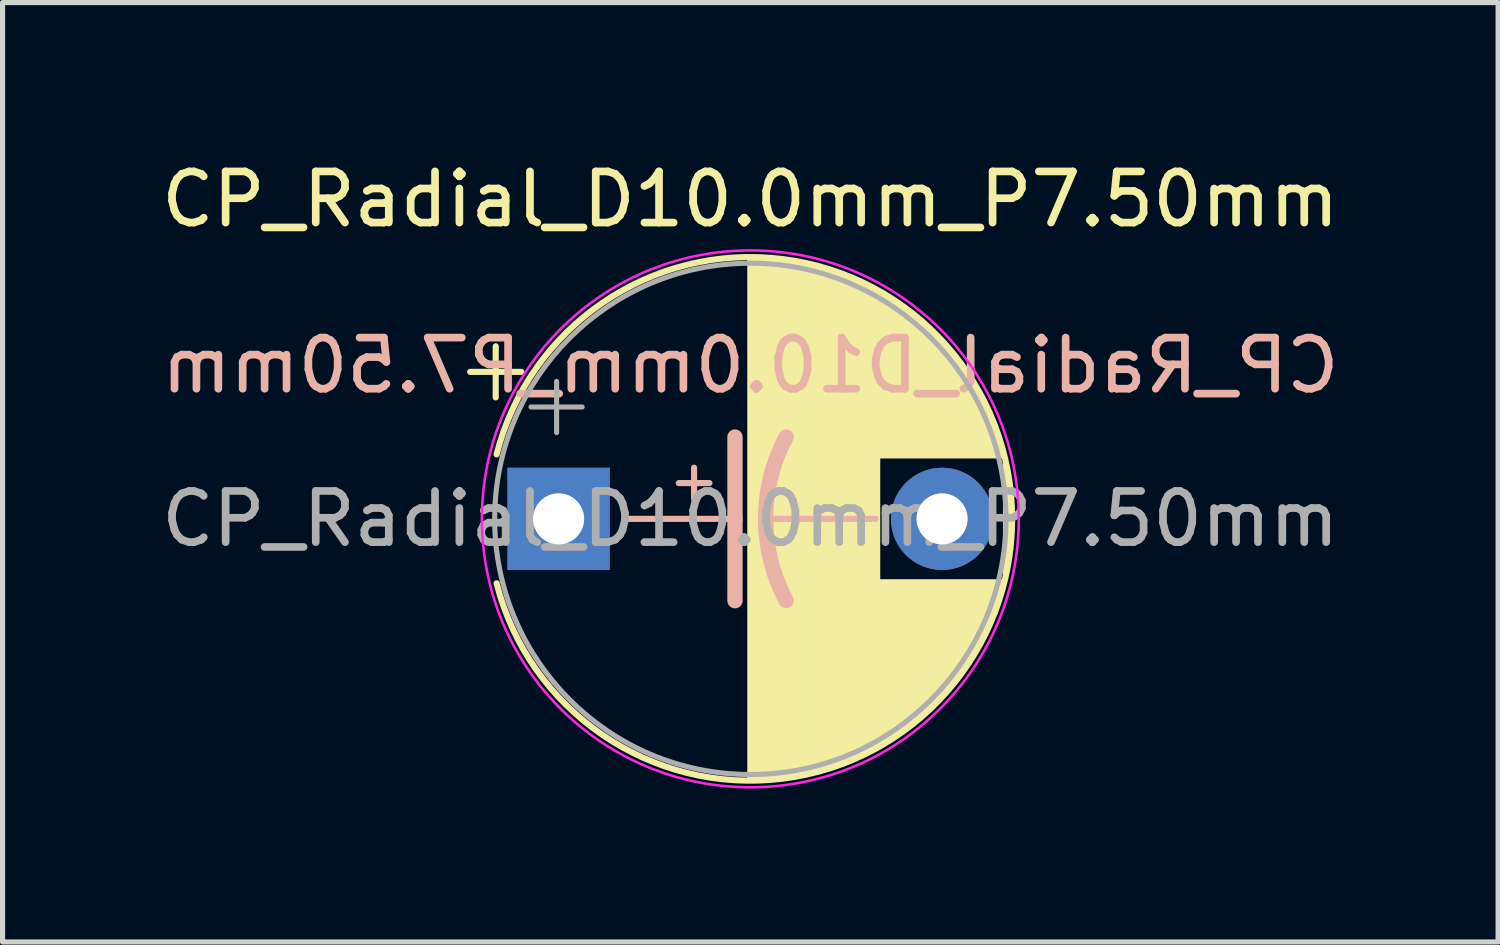
<source format=kicad_pcb>
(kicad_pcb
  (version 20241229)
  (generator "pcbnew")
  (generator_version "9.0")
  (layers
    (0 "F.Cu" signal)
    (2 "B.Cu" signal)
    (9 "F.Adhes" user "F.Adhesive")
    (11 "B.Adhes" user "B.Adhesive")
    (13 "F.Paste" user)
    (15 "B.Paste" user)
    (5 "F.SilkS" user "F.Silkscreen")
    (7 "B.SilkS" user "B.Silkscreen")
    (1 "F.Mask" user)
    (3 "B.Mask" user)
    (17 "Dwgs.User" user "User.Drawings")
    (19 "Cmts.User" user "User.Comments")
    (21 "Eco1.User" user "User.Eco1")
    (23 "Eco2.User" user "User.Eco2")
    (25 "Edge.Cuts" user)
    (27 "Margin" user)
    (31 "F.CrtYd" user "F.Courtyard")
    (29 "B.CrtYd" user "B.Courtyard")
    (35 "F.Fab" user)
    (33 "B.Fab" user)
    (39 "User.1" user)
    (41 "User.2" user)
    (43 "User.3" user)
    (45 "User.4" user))
  (footprint "CP_Radial_D10.0mm_P7.50mm"
    (layer "F.Cu")
    (at 7.875 7.098)
    (property "Reference" "CP_Radial_D10.0mm_P7.50mm" (at 3.75 -6.25 0) (layer "F.SilkS") (effects (font (size 1 1) (thickness 0.15))))
    (fp_line (start -1.73 -2.875) (end -0.73 -2.875) (stroke (width 0.12) (type solid)) (layer "F.SilkS"))
    (fp_line (start -1.23 -3.375) (end -1.23 -2.375) (stroke (width 0.12) (type solid)) (layer "F.SilkS"))
    (fp_line (start 3.75 -5.08) (end 3.75 5.08) (stroke (width 0.12) (type solid)) (layer "F.SilkS"))
    (fp_line (start 3.79 -5.08) (end 3.79 5.08) (stroke (width 0.12) (type solid)) (layer "F.SilkS"))
    (fp_line (start 3.83 -5.08) (end 3.83 5.08) (stroke (width 0.12) (type solid)) (layer "F.SilkS"))
    (fp_line (start 3.87 -5.079) (end 3.87 5.079) (stroke (width 0.12) (type solid)) (layer "F.SilkS"))
    (fp_line (start 3.91 -5.078) (end 3.91 5.078) (stroke (width 0.12) (type solid)) (layer "F.SilkS"))
    (fp_line (start 3.95 -5.077) (end 3.95 5.077) (stroke (width 0.12) (type solid)) (layer "F.SilkS"))
    (fp_line (start 3.99 -5.075) (end 3.99 5.075) (stroke (width 0.12) (type solid)) (layer "F.SilkS"))
    (fp_line (start 4.03 -5.073) (end 4.03 5.073) (stroke (width 0.12) (type solid)) (layer "F.SilkS"))
    (fp_line (start 4.07 -5.07) (end 4.07 5.07) (stroke (width 0.12) (type solid)) (layer "F.SilkS"))
    (fp_line (start 4.11 -5.068) (end 4.11 5.068) (stroke (width 0.12) (type solid)) (layer "F.SilkS"))
    (fp_line (start 4.15 -5.065) (end 4.15 5.065) (stroke (width 0.12) (type solid)) (layer "F.SilkS"))
    (fp_line (start 4.19 -5.062) (end 4.19 5.062) (stroke (width 0.12) (type solid)) (layer "F.SilkS"))
    (fp_line (start 4.23 -5.058) (end 4.23 5.058) (stroke (width 0.12) (type solid)) (layer "F.SilkS"))
    (fp_line (start 4.27 -5.054) (end 4.27 5.054) (stroke (width 0.12) (type solid)) (layer "F.SilkS"))
    (fp_line (start 4.31 -5.05) (end 4.31 5.05) (stroke (width 0.12) (type solid)) (layer "F.SilkS"))
    (fp_line (start 4.35 -5.045) (end 4.35 5.045) (stroke (width 0.12) (type solid)) (layer "F.SilkS"))
    (fp_line (start 4.39 -5.04) (end 4.39 5.04) (stroke (width 0.12) (type solid)) (layer "F.SilkS"))
    (fp_line (start 4.43 -5.035) (end 4.43 5.035) (stroke (width 0.12) (type solid)) (layer "F.SilkS"))
    (fp_line (start 4.471 -5.03) (end 4.471 5.03) (stroke (width 0.12) (type solid)) (layer "F.SilkS"))
    (fp_line (start 4.511 -5.024) (end 4.511 5.024) (stroke (width 0.12) (type solid)) (layer "F.SilkS"))
    (fp_line (start 4.551 -5.018) (end 4.551 5.018) (stroke (width 0.12) (type solid)) (layer "F.SilkS"))
    (fp_line (start 4.591 -5.011) (end 4.591 5.011) (stroke (width 0.12) (type solid)) (layer "F.SilkS"))
    (fp_line (start 4.631 -5.004) (end 4.631 5.004) (stroke (width 0.12) (type solid)) (layer "F.SilkS"))
    (fp_line (start 4.671 -4.997) (end 4.671 4.997) (stroke (width 0.12) (type solid)) (layer "F.SilkS"))
    (fp_line (start 4.711 -4.99) (end 4.711 4.99) (stroke (width 0.12) (type solid)) (layer "F.SilkS"))
    (fp_line (start 4.751 -4.982) (end 4.751 4.982) (stroke (width 0.12) (type solid)) (layer "F.SilkS"))
    (fp_line (start 4.791 -4.974) (end 4.791 4.974) (stroke (width 0.12) (type solid)) (layer "F.SilkS"))
    (fp_line (start 4.831 -4.965) (end 4.831 4.965) (stroke (width 0.12) (type solid)) (layer "F.SilkS"))
    (fp_line (start 4.871 -4.956) (end 4.871 4.956) (stroke (width 0.12) (type solid)) (layer "F.SilkS"))
    (fp_line (start 4.911 -4.947) (end 4.911 4.947) (stroke (width 0.12) (type solid)) (layer "F.SilkS"))
    (fp_line (start 4.951 -4.938) (end 4.951 4.938) (stroke (width 0.12) (type solid)) (layer "F.SilkS"))
    (fp_line (start 4.991 -4.928) (end 4.991 4.928) (stroke (width 0.12) (type solid)) (layer "F.SilkS"))
    (fp_line (start 5.031 -4.918) (end 5.031 4.918) (stroke (width 0.12) (type solid)) (layer "F.SilkS"))
    (fp_line (start 5.071 -4.907) (end 5.071 4.907) (stroke (width 0.12) (type solid)) (layer "F.SilkS"))
    (fp_line (start 5.111 -4.897) (end 5.111 4.897) (stroke (width 0.12) (type solid)) (layer "F.SilkS"))
    (fp_line (start 5.151 -4.885) (end 5.151 4.885) (stroke (width 0.12) (type solid)) (layer "F.SilkS"))
    (fp_line (start 5.191 -4.874) (end 5.191 4.874) (stroke (width 0.12) (type solid)) (layer "F.SilkS"))
    (fp_line (start 5.231 -4.862) (end 5.231 4.862) (stroke (width 0.12) (type solid)) (layer "F.SilkS"))
    (fp_line (start 5.271 -4.85) (end 5.271 4.85) (stroke (width 0.12) (type solid)) (layer "F.SilkS"))
    (fp_line (start 5.311 -4.837) (end 5.311 4.837) (stroke (width 0.12) (type solid)) (layer "F.SilkS"))
    (fp_line (start 5.351 -4.824) (end 5.351 4.824) (stroke (width 0.12) (type solid)) (layer "F.SilkS"))
    (fp_line (start 5.391 -4.811) (end 5.391 4.811) (stroke (width 0.12) (type solid)) (layer "F.SilkS"))
    (fp_line (start 5.431 -4.797) (end 5.431 4.797) (stroke (width 0.12) (type solid)) (layer "F.SilkS"))
    (fp_line (start 5.471 -4.783) (end 5.471 4.783) (stroke (width 0.12) (type solid)) (layer "F.SilkS"))
    (fp_line (start 5.511 -4.768) (end 5.511 4.768) (stroke (width 0.12) (type solid)) (layer "F.SilkS"))
    (fp_line (start 5.551 -4.754) (end 5.551 4.754) (stroke (width 0.12) (type solid)) (layer "F.SilkS"))
    (fp_line (start 5.591 -4.738) (end 5.591 4.738) (stroke (width 0.12) (type solid)) (layer "F.SilkS"))
    (fp_line (start 5.631 -4.723) (end 5.631 4.723) (stroke (width 0.12) (type solid)) (layer "F.SilkS"))
    (fp_line (start 5.671 -4.707) (end 5.671 4.707) (stroke (width 0.12) (type solid)) (layer "F.SilkS"))
    (fp_line (start 5.711 -4.69) (end 5.711 4.69) (stroke (width 0.12) (type solid)) (layer "F.SilkS"))
    (fp_line (start 5.751 -4.674) (end 5.751 4.674) (stroke (width 0.12) (type solid)) (layer "F.SilkS"))
    (fp_line (start 5.791 -4.657) (end 5.791 4.657) (stroke (width 0.12) (type solid)) (layer "F.SilkS"))
    (fp_line (start 5.831 -4.639) (end 5.831 4.639) (stroke (width 0.12) (type solid)) (layer "F.SilkS"))
    (fp_line (start 5.871 -4.621) (end 5.871 4.621) (stroke (width 0.12) (type solid)) (layer "F.SilkS"))
    (fp_line (start 5.911 -4.603) (end 5.911 4.603) (stroke (width 0.12) (type solid)) (layer "F.SilkS"))
    (fp_line (start 5.951 -4.584) (end 5.951 4.584) (stroke (width 0.12) (type solid)) (layer "F.SilkS"))
    (fp_line (start 5.991 -4.564) (end 5.991 4.564) (stroke (width 0.12) (type solid)) (layer "F.SilkS"))
    (fp_line (start 6.031 -4.545) (end 6.031 4.545) (stroke (width 0.12) (type solid)) (layer "F.SilkS"))
    (fp_line (start 6.071 -4.525) (end 6.071 4.525) (stroke (width 0.12) (type solid)) (layer "F.SilkS"))
    (fp_line (start 6.111 -4.504) (end 6.111 4.504) (stroke (width 0.12) (type solid)) (layer "F.SilkS"))
    (fp_line (start 6.151 -4.483) (end 6.151 4.483) (stroke (width 0.12) (type solid)) (layer "F.SilkS"))
    (fp_line (start 6.191 -4.462) (end 6.191 4.462) (stroke (width 0.12) (type solid)) (layer "F.SilkS"))
    (fp_line (start 6.231 -4.44) (end 6.231 4.44) (stroke (width 0.12) (type solid)) (layer "F.SilkS"))
    (fp_line (start 6.271 -4.417) (end 6.271 -1.241) (stroke (width 0.12) (type solid)) (layer "F.SilkS"))
    (fp_line (start 6.271 1.241) (end 6.271 4.417) (stroke (width 0.12) (type solid)) (layer "F.SilkS"))
    (fp_line (start 6.311 -4.395) (end 6.311 -1.241) (stroke (width 0.12) (type solid)) (layer "F.SilkS"))
    (fp_line (start 6.311 1.241) (end 6.311 4.395) (stroke (width 0.12) (type solid)) (layer "F.SilkS"))
    (fp_line (start 6.351 -4.371) (end 6.351 -1.241) (stroke (width 0.12) (type solid)) (layer "F.SilkS"))
    (fp_line (start 6.351 1.241) (end 6.351 4.371) (stroke (width 0.12) (type solid)) (layer "F.SilkS"))
    (fp_line (start 6.391 -4.347) (end 6.391 -1.241) (stroke (width 0.12) (type solid)) (layer "F.SilkS"))
    (fp_line (start 6.391 1.241) (end 6.391 4.347) (stroke (width 0.12) (type solid)) (layer "F.SilkS"))
    (fp_line (start 6.431 -4.323) (end 6.431 -1.241) (stroke (width 0.12) (type solid)) (layer "F.SilkS"))
    (fp_line (start 6.431 1.241) (end 6.431 4.323) (stroke (width 0.12) (type solid)) (layer "F.SilkS"))
    (fp_line (start 6.471 -4.298) (end 6.471 -1.241) (stroke (width 0.12) (type solid)) (layer "F.SilkS"))
    (fp_line (start 6.471 1.241) (end 6.471 4.298) (stroke (width 0.12) (type solid)) (layer "F.SilkS"))
    (fp_line (start 6.511 -4.273) (end 6.511 -1.241) (stroke (width 0.12) (type solid)) (layer "F.SilkS"))
    (fp_line (start 6.511 1.241) (end 6.511 4.273) (stroke (width 0.12) (type solid)) (layer "F.SilkS"))
    (fp_line (start 6.551 -4.247) (end 6.551 -1.241) (stroke (width 0.12) (type solid)) (layer "F.SilkS"))
    (fp_line (start 6.551 1.241) (end 6.551 4.247) (stroke (width 0.12) (type solid)) (layer "F.SilkS"))
    (fp_line (start 6.591 -4.221) (end 6.591 -1.241) (stroke (width 0.12) (type solid)) (layer "F.SilkS"))
    (fp_line (start 6.591 1.241) (end 6.591 4.221) (stroke (width 0.12) (type solid)) (layer "F.SilkS"))
    (fp_line (start 6.631 -4.194) (end 6.631 -1.241) (stroke (width 0.12) (type solid)) (layer "F.SilkS"))
    (fp_line (start 6.631 1.241) (end 6.631 4.194) (stroke (width 0.12) (type solid)) (layer "F.SilkS"))
    (fp_line (start 6.671 -4.166) (end 6.671 -1.241) (stroke (width 0.12) (type solid)) (layer "F.SilkS"))
    (fp_line (start 6.671 1.241) (end 6.671 4.166) (stroke (width 0.12) (type solid)) (layer "F.SilkS"))
    (fp_line (start 6.711 -4.138) (end 6.711 -1.241) (stroke (width 0.12) (type solid)) (layer "F.SilkS"))
    (fp_line (start 6.711 1.241) (end 6.711 4.138) (stroke (width 0.12) (type solid)) (layer "F.SilkS"))
    (fp_line (start 6.751 -4.11) (end 6.751 -1.241) (stroke (width 0.12) (type solid)) (layer "F.SilkS"))
    (fp_line (start 6.751 1.241) (end 6.751 4.11) (stroke (width 0.12) (type solid)) (layer "F.SilkS"))
    (fp_line (start 6.791 -4.08) (end 6.791 -1.241) (stroke (width 0.12) (type solid)) (layer "F.SilkS"))
    (fp_line (start 6.791 1.241) (end 6.791 4.08) (stroke (width 0.12) (type solid)) (layer "F.SilkS"))
    (fp_line (start 6.831 -4.05) (end 6.831 -1.241) (stroke (width 0.12) (type solid)) (layer "F.SilkS"))
    (fp_line (start 6.831 1.241) (end 6.831 4.05) (stroke (width 0.12) (type solid)) (layer "F.SilkS"))
    (fp_line (start 6.871 -4.02) (end 6.871 -1.241) (stroke (width 0.12) (type solid)) (layer "F.SilkS"))
    (fp_line (start 6.871 1.241) (end 6.871 4.02) (stroke (width 0.12) (type solid)) (layer "F.SilkS"))
    (fp_line (start 6.911 -3.989) (end 6.911 -1.241) (stroke (width 0.12) (type solid)) (layer "F.SilkS"))
    (fp_line (start 6.911 1.241) (end 6.911 3.989) (stroke (width 0.12) (type solid)) (layer "F.SilkS"))
    (fp_line (start 6.951 -3.957) (end 6.951 -1.241) (stroke (width 0.12) (type solid)) (layer "F.SilkS"))
    (fp_line (start 6.951 1.241) (end 6.951 3.957) (stroke (width 0.12) (type solid)) (layer "F.SilkS"))
    (fp_line (start 6.991 -3.925) (end 6.991 -1.241) (stroke (width 0.12) (type solid)) (layer "F.SilkS"))
    (fp_line (start 6.991 1.241) (end 6.991 3.925) (stroke (width 0.12) (type solid)) (layer "F.SilkS"))
    (fp_line (start 7.031 -3.892) (end 7.031 -1.241) (stroke (width 0.12) (type solid)) (layer "F.SilkS"))
    (fp_line (start 7.031 1.241) (end 7.031 3.892) (stroke (width 0.12) (type solid)) (layer "F.SilkS"))
    (fp_line (start 7.071 -3.858) (end 7.071 -1.241) (stroke (width 0.12) (type solid)) (layer "F.SilkS"))
    (fp_line (start 7.071 1.241) (end 7.071 3.858) (stroke (width 0.12) (type solid)) (layer "F.SilkS"))
    (fp_line (start 7.111 -3.824) (end 7.111 -1.241) (stroke (width 0.12) (type solid)) (layer "F.SilkS"))
    (fp_line (start 7.111 1.241) (end 7.111 3.824) (stroke (width 0.12) (type solid)) (layer "F.SilkS"))
    (fp_line (start 7.151 -3.789) (end 7.151 -1.241) (stroke (width 0.12) (type solid)) (layer "F.SilkS"))
    (fp_line (start 7.151 1.241) (end 7.151 3.789) (stroke (width 0.12) (type solid)) (layer "F.SilkS"))
    (fp_line (start 7.191 -3.753) (end 7.191 -1.241) (stroke (width 0.12) (type solid)) (layer "F.SilkS"))
    (fp_line (start 7.191 1.241) (end 7.191 3.753) (stroke (width 0.12) (type solid)) (layer "F.SilkS"))
    (fp_line (start 7.231 -3.716) (end 7.231 -1.241) (stroke (width 0.12) (type solid)) (layer "F.SilkS"))
    (fp_line (start 7.231 1.241) (end 7.231 3.716) (stroke (width 0.12) (type solid)) (layer "F.SilkS"))
    (fp_line (start 7.271 -3.679) (end 7.271 -1.241) (stroke (width 0.12) (type solid)) (layer "F.SilkS"))
    (fp_line (start 7.271 1.241) (end 7.271 3.679) (stroke (width 0.12) (type solid)) (layer "F.SilkS"))
    (fp_line (start 7.311 -3.64) (end 7.311 -1.241) (stroke (width 0.12) (type solid)) (layer "F.SilkS"))
    (fp_line (start 7.311 1.241) (end 7.311 3.64) (stroke (width 0.12) (type solid)) (layer "F.SilkS"))
    (fp_line (start 7.351 -3.601) (end 7.351 -1.241) (stroke (width 0.12) (type solid)) (layer "F.SilkS"))
    (fp_line (start 7.351 1.241) (end 7.351 3.601) (stroke (width 0.12) (type solid)) (layer "F.SilkS"))
    (fp_line (start 7.391 -3.561) (end 7.391 -1.241) (stroke (width 0.12) (type solid)) (layer "F.SilkS"))
    (fp_line (start 7.391 1.241) (end 7.391 3.561) (stroke (width 0.12) (type solid)) (layer "F.SilkS"))
    (fp_line (start 7.431 -3.52) (end 7.431 -1.241) (stroke (width 0.12) (type solid)) (layer "F.SilkS"))
    (fp_line (start 7.431 1.241) (end 7.431 3.52) (stroke (width 0.12) (type solid)) (layer "F.SilkS"))
    (fp_line (start 7.471 -3.478) (end 7.471 -1.241) (stroke (width 0.12) (type solid)) (layer "F.SilkS"))
    (fp_line (start 7.471 1.241) (end 7.471 3.478) (stroke (width 0.12) (type solid)) (layer "F.SilkS"))
    (fp_line (start 7.511 -3.436) (end 7.511 -1.241) (stroke (width 0.12) (type solid)) (layer "F.SilkS"))
    (fp_line (start 7.511 1.241) (end 7.511 3.436) (stroke (width 0.12) (type solid)) (layer "F.SilkS"))
    (fp_line (start 7.551 -3.392) (end 7.551 -1.241) (stroke (width 0.12) (type solid)) (layer "F.SilkS"))
    (fp_line (start 7.551 1.241) (end 7.551 3.392) (stroke (width 0.12) (type solid)) (layer "F.SilkS"))
    (fp_line (start 7.591 -3.347) (end 7.591 -1.241) (stroke (width 0.12) (type solid)) (layer "F.SilkS"))
    (fp_line (start 7.591 1.241) (end 7.591 3.347) (stroke (width 0.12) (type solid)) (layer "F.SilkS"))
    (fp_line (start 7.631 -3.301) (end 7.631 -1.241) (stroke (width 0.12) (type solid)) (layer "F.SilkS"))
    (fp_line (start 7.631 1.241) (end 7.631 3.301) (stroke (width 0.12) (type solid)) (layer "F.SilkS"))
    (fp_line (start 7.671 -3.254) (end 7.671 -1.241) (stroke (width 0.12) (type solid)) (layer "F.SilkS"))
    (fp_line (start 7.671 1.241) (end 7.671 3.254) (stroke (width 0.12) (type solid)) (layer "F.SilkS"))
    (fp_line (start 7.711 -3.206) (end 7.711 -1.241) (stroke (width 0.12) (type solid)) (layer "F.SilkS"))
    (fp_line (start 7.711 1.241) (end 7.711 3.206) (stroke (width 0.12) (type solid)) (layer "F.SilkS"))
    (fp_line (start 7.751 -3.156) (end 7.751 -1.241) (stroke (width 0.12) (type solid)) (layer "F.SilkS"))
    (fp_line (start 7.751 1.241) (end 7.751 3.156) (stroke (width 0.12) (type solid)) (layer "F.SilkS"))
    (fp_line (start 7.791 -3.106) (end 7.791 -1.241) (stroke (width 0.12) (type solid)) (layer "F.SilkS"))
    (fp_line (start 7.791 1.241) (end 7.791 3.106) (stroke (width 0.12) (type solid)) (layer "F.SilkS"))
    (fp_line (start 7.831 -3.054) (end 7.831 -1.241) (stroke (width 0.12) (type solid)) (layer "F.SilkS"))
    (fp_line (start 7.831 1.241) (end 7.831 3.054) (stroke (width 0.12) (type solid)) (layer "F.SilkS"))
    (fp_line (start 7.871 -3) (end 7.871 -1.241) (stroke (width 0.12) (type solid)) (layer "F.SilkS"))
    (fp_line (start 7.871 1.241) (end 7.871 3) (stroke (width 0.12) (type solid)) (layer "F.SilkS"))
    (fp_line (start 7.911 -2.945) (end 7.911 -1.241) (stroke (width 0.12) (type solid)) (layer "F.SilkS"))
    (fp_line (start 7.911 1.241) (end 7.911 2.945) (stroke (width 0.12) (type solid)) (layer "F.SilkS"))
    (fp_line (start 7.951 -2.889) (end 7.951 -1.241) (stroke (width 0.12) (type solid)) (layer "F.SilkS"))
    (fp_line (start 7.951 1.241) (end 7.951 2.889) (stroke (width 0.12) (type solid)) (layer "F.SilkS"))
    (fp_line (start 7.991 -2.83) (end 7.991 -1.241) (stroke (width 0.12) (type solid)) (layer "F.SilkS"))
    (fp_line (start 7.991 1.241) (end 7.991 2.83) (stroke (width 0.12) (type solid)) (layer "F.SilkS"))
    (fp_line (start 8.031 -2.77) (end 8.031 -1.241) (stroke (width 0.12) (type solid)) (layer "F.SilkS"))
    (fp_line (start 8.031 1.241) (end 8.031 2.77) (stroke (width 0.12) (type solid)) (layer "F.SilkS"))
    (fp_line (start 8.071 -2.709) (end 8.071 -1.241) (stroke (width 0.12) (type solid)) (layer "F.SilkS"))
    (fp_line (start 8.071 1.241) (end 8.071 2.709) (stroke (width 0.12) (type solid)) (layer "F.SilkS"))
    (fp_line (start 8.111 -2.645) (end 8.111 -1.241) (stroke (width 0.12) (type solid)) (layer "F.SilkS"))
    (fp_line (start 8.111 1.241) (end 8.111 2.645) (stroke (width 0.12) (type solid)) (layer "F.SilkS"))
    (fp_line (start 8.151 -2.579) (end 8.151 -1.241) (stroke (width 0.12) (type solid)) (layer "F.SilkS"))
    (fp_line (start 8.151 1.241) (end 8.151 2.579) (stroke (width 0.12) (type solid)) (layer "F.SilkS"))
    (fp_line (start 8.191 -2.51) (end 8.191 -1.241) (stroke (width 0.12) (type solid)) (layer "F.SilkS"))
    (fp_line (start 8.191 1.241) (end 8.191 2.51) (stroke (width 0.12) (type solid)) (layer "F.SilkS"))
    (fp_line (start 8.231 -2.439) (end 8.231 -1.241) (stroke (width 0.12) (type solid)) (layer "F.SilkS"))
    (fp_line (start 8.231 1.241) (end 8.231 2.439) (stroke (width 0.12) (type solid)) (layer "F.SilkS"))
    (fp_line (start 8.271 -2.365) (end 8.271 -1.241) (stroke (width 0.12) (type solid)) (layer "F.SilkS"))
    (fp_line (start 8.271 1.241) (end 8.271 2.365) (stroke (width 0.12) (type solid)) (layer "F.SilkS"))
    (fp_line (start 8.311 -2.289) (end 8.311 -1.241) (stroke (width 0.12) (type solid)) (layer "F.SilkS"))
    (fp_line (start 8.311 1.241) (end 8.311 2.289) (stroke (width 0.12) (type solid)) (layer "F.SilkS"))
    (fp_line (start 8.351 -2.209) (end 8.351 -1.241) (stroke (width 0.12) (type solid)) (layer "F.SilkS"))
    (fp_line (start 8.351 1.241) (end 8.351 2.209) (stroke (width 0.12) (type solid)) (layer "F.SilkS"))
    (fp_line (start 8.391 -2.125) (end 8.391 -1.241) (stroke (width 0.12) (type solid)) (layer "F.SilkS"))
    (fp_line (start 8.391 1.241) (end 8.391 2.125) (stroke (width 0.12) (type solid)) (layer "F.SilkS"))
    (fp_line (start 8.431 -2.037) (end 8.431 -1.241) (stroke (width 0.12) (type solid)) (layer "F.SilkS"))
    (fp_line (start 8.431 1.241) (end 8.431 2.037) (stroke (width 0.12) (type solid)) (layer "F.SilkS"))
    (fp_line (start 8.471 -1.944) (end 8.471 -1.241) (stroke (width 0.12) (type solid)) (layer "F.SilkS"))
    (fp_line (start 8.471 1.241) (end 8.471 1.944) (stroke (width 0.12) (type solid)) (layer "F.SilkS"))
    (fp_line (start 8.511 -1.846) (end 8.511 -1.241) (stroke (width 0.12) (type solid)) (layer "F.SilkS"))
    (fp_line (start 8.511 1.241) (end 8.511 1.846) (stroke (width 0.12) (type solid)) (layer "F.SilkS"))
    (fp_line (start 8.551 -1.742) (end 8.551 -1.241) (stroke (width 0.12) (type solid)) (layer "F.SilkS"))
    (fp_line (start 8.551 1.241) (end 8.551 1.742) (stroke (width 0.12) (type solid)) (layer "F.SilkS"))
    (fp_line (start 8.591 -1.63) (end 8.591 -1.241) (stroke (width 0.12) (type solid)) (layer "F.SilkS"))
    (fp_line (start 8.591 1.241) (end 8.591 1.63) (stroke (width 0.12) (type solid)) (layer "F.SilkS"))
    (fp_line (start 8.631 -1.51) (end 8.631 -1.241) (stroke (width 0.12) (type solid)) (layer "F.SilkS"))
    (fp_line (start 8.631 1.241) (end 8.631 1.51) (stroke (width 0.12) (type solid)) (layer "F.SilkS"))
    (fp_line (start 8.671 -1.378) (end 8.671 -1.241) (stroke (width 0.12) (type solid)) (layer "F.SilkS"))
    (fp_line (start 8.671 1.241) (end 8.671 1.378) (stroke (width 0.12) (type solid)) (layer "F.SilkS"))
    (fp_line (start 8.751 -1.062) (end 8.751 1.062) (stroke (width 0.12) (type solid)) (layer "F.SilkS"))
    (fp_line (start 8.791 -0.862) (end 8.791 0.862) (stroke (width 0.12) (type solid)) (layer "F.SilkS"))
    (fp_line (start 8.831 -0.599) (end 8.831 0.599) (stroke (width 0.12) (type solid)) (layer "F.SilkS"))
    (fp_arc (start -1.21254 -1.26) (mid 8.87 0) (end -1.21254 1.26) (stroke (width 0.12) (type solid)) (layer "F.SilkS"))
    (fp_line (start 1.3 0) (end 3.45 0) (stroke (width 0.12) (type solid)) (layer "B.SilkS"))
    (fp_line (start 2.35 -0.7) (end 2.95 -0.7) (stroke (width 0.12) (type solid)) (layer "B.SilkS"))
    (fp_line (start 2.65 -0.4) (end 2.65 -1) (stroke (width 0.12) (type solid)) (layer "B.SilkS"))
    (fp_line (start 3.45 0) (end 3.45 -1.6) (stroke (width 0.3) (type solid)) (layer "B.SilkS"))
    (fp_line (start 3.45 0) (end 3.45 1.6) (stroke (width 0.3) (type solid)) (layer "B.SilkS"))
    (fp_line (start 6.2 0) (end 4.05 0) (stroke (width 0.12) (type solid)) (layer "B.SilkS"))
    (fp_arc (start 4.05 0) (mid 4.150512 -0.824872) (end 4.45 -1.6) (stroke (width 0.3) (type solid)) (layer "B.SilkS"))
    (fp_arc (start 4.45 1.596157) (mid 4.151652 0.822725) (end 4.05 0) (stroke (width 0.3) (type solid)) (layer "B.SilkS"))
    (fp_circle (center 3.75 0) (end 9 0) (stroke (width 0.05) (type solid)) (fill no) (layer "F.CrtYd"))
    (fp_line (start -0.539 -2.188) (end 0.461 -2.188) (stroke (width 0.1) (type solid)) (layer "F.Fab"))
    (fp_line (start -0.039 -2.688) (end -0.039 -1.688) (stroke (width 0.1) (type solid)) (layer "F.Fab"))
    (fp_circle (center 3.75 0) (end 8.75 0) (stroke (width 0.1) (type solid)) (fill no) (layer "F.Fab"))
    (fp_text user "${REFERENCE}" (at 3.75 -3 0) (layer "B.SilkS") (effects (font (size 1 1) (thickness 0.15)) (justify mirror)))
    (fp_text user "${REFERENCE}" (at 3.75 0 0) (layer "F.Fab") (effects (font (size 1 1) (thickness 0.15))))
    (pad "1" thru_hole rect (at 0 0) (size 2 2) (drill 1) (layers "*.Cu" "*.Mask"))
    (pad "2" thru_hole circle (at 7.5 0) (size 2 2) (drill 1) (layers "*.Cu" "*.Mask")))
  (gr_rect
    (start -3 -3)
    (end 26.25 15.373)
    (stroke (width 0.1) (type default))
    (fill no)
    (layer "Edge.Cuts")))
</source>
